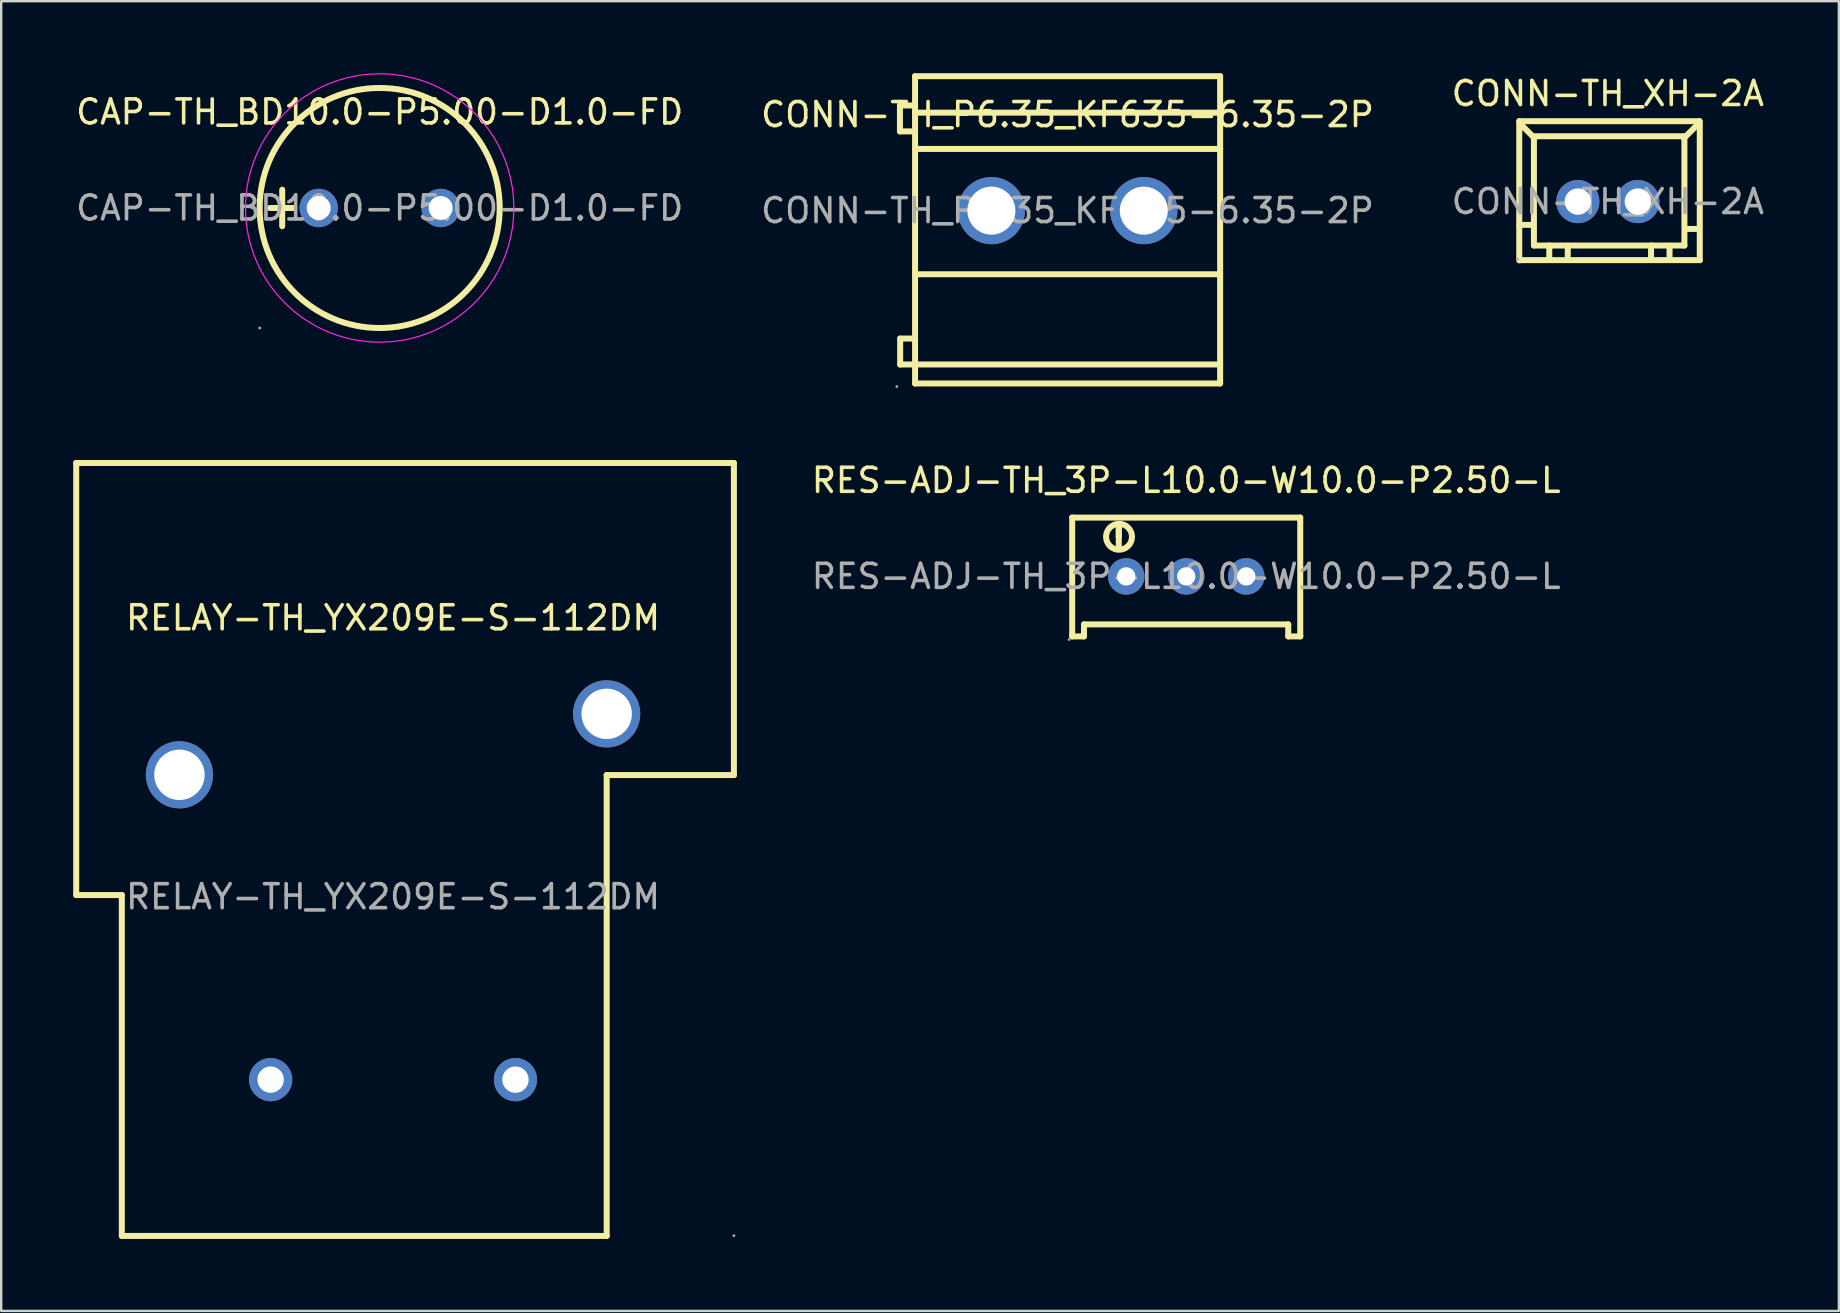
<source format=kicad_pcb>
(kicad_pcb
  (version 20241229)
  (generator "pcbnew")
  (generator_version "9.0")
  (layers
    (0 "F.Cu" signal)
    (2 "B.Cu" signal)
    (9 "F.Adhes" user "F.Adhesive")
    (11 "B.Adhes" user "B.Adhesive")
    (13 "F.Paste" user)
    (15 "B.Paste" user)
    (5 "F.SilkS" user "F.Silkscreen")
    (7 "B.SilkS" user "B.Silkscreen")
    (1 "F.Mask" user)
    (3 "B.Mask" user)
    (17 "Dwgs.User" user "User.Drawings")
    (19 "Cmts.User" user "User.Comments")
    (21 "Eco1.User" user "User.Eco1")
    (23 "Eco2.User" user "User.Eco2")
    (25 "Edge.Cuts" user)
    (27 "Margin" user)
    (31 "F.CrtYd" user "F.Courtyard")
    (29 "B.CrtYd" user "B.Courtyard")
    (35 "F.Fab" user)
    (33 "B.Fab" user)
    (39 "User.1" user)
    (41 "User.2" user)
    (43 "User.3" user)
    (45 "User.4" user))
  (footprint "CONN-TH_P6.35_KF635-6.35-2P"
    (layer "F.Cu")
    (at 41.423 5.725)
    (property "Reference" "CONN-TH_P6.35_KF635-6.35-2P" (at 0 -4 0) (layer "F.SilkS") (effects (font (size 1 1) (thickness 0.15))))
    (attr through_hole)
    (fp_line (start -6.98 -4.38) (end -6.98 -3.3) (stroke (width 0.25) (type solid)) (layer "F.SilkS"))
    (fp_line (start -6.98 -3.3) (end -6.35 -3.3) (stroke (width 0.25) (type solid)) (layer "F.SilkS"))
    (fp_line (start -6.97 5.33) (end -6.97 6.41) (stroke (width 0.25) (type solid)) (layer "F.SilkS"))
    (fp_line (start -6.97 6.41) (end -6.35 6.41) (stroke (width 0.25) (type solid)) (layer "F.SilkS"))
    (fp_line (start -6.35 -5.6) (end -6.35 7.2) (stroke (width 0.25) (type solid)) (layer "F.SilkS"))
    (fp_line (start -6.35 -5.6) (end 6.36 -5.6) (stroke (width 0.25) (type solid)) (layer "F.SilkS"))
    (fp_line (start -6.35 -4.38) (end -6.98 -4.38) (stroke (width 0.25) (type solid)) (layer "F.SilkS"))
    (fp_line (start -6.35 -4.08) (end 6.36 -4.08) (stroke (width 0.25) (type solid)) (layer "F.SilkS"))
    (fp_line (start -6.35 -2.57) (end 6.36 -2.57) (stroke (width 0.25) (type solid)) (layer "F.SilkS"))
    (fp_line (start -6.35 2.65) (end 6.36 2.65) (stroke (width 0.25) (type solid)) (layer "F.SilkS"))
    (fp_line (start -6.35 5.33) (end -6.97 5.33) (stroke (width 0.25) (type solid)) (layer "F.SilkS"))
    (fp_line (start -6.35 6.41) (end 6.36 6.41) (stroke (width 0.25) (type solid)) (layer "F.SilkS"))
    (fp_line (start -6.35 7.2) (end 6.36 7.2) (stroke (width 0.25) (type solid)) (layer "F.SilkS"))
    (fp_line (start 6.36 -5.6) (end 6.36 7.2) (stroke (width 0.25) (type solid)) (layer "F.SilkS"))
    (fp_circle (center -7.11 7.33) (end -7.08 7.33) (stroke (width 0.06) (type solid)) (fill no) (layer "F.Fab"))
    (fp_circle (center -3.17 0) (end -2.72 0) (stroke (width 0.9) (type solid)) (fill no) (layer "F.Fab"))
    (fp_circle (center 3.18 0) (end 3.63 0) (stroke (width 0.9) (type solid)) (fill no) (layer "F.Fab"))
    (fp_text user "${REFERENCE}" (at 0 0 0) (layer "F.Fab") (effects (font (size 1 1) (thickness 0.15))))
    (pad "1" thru_hole circle (at -3.17 0) (size 2.8 2.8) (drill 2) (layers "*.Cu" "*.Mask"))
    (pad "2" thru_hole circle (at 3.18 0) (size 2.8 2.8) (drill 2) (layers "*.Cu" "*.Mask")))
  (footprint "RES-ADJ-TH_3P-L10.0-W10.0-P2.50-L"
    (layer "F.Cu")
    (at 46.37 20.963)
    (property "Reference" "RES-ADJ-TH_3P-L10.0-W10.0-P2.50-L" (at 0 -4 180) (layer "F.SilkS") (effects (font (size 1 1) (thickness 0.15))))
    (attr through_hole)
    (fp_line (start -4.75 -2.45) (end -4.75 2.45) (stroke (width 0.25) (type solid)) (layer "F.SilkS"))
    (fp_line (start -4.75 -2.45) (end 4.75 -2.45) (stroke (width 0.25) (type solid)) (layer "F.SilkS"))
    (fp_line (start -4.75 2.45) (end -4.75 2.5) (stroke (width 0.25) (type solid)) (layer "F.SilkS"))
    (fp_line (start -4.75 2.5) (end -4.26 2.5) (stroke (width 0.25) (type solid)) (layer "F.SilkS"))
    (fp_line (start -4.26 2) (end 4.25 2) (stroke (width 0.25) (type solid)) (layer "F.SilkS"))
    (fp_line (start -4.26 2.5) (end -4.26 2) (stroke (width 0.25) (type solid)) (layer "F.SilkS"))
    (fp_line (start -2.81 -2.03) (end -2.81 -1.65) (stroke (width 0.25) (type solid)) (layer "F.SilkS"))
    (fp_line (start -2.81 -1.65) (end -2.81 -2.03) (stroke (width 0.25) (type solid)) (layer "F.SilkS"))
    (fp_line (start -2.81 -1.27) (end -2.81 -1.65) (stroke (width 0.25) (type solid)) (layer "F.SilkS"))
    (fp_line (start 4.25 2) (end 4.25 2.5) (stroke (width 0.25) (type solid)) (layer "F.SilkS"))
    (fp_line (start 4.25 2.5) (end 4.75 2.5) (stroke (width 0.25) (type solid)) (layer "F.SilkS"))
    (fp_line (start 4.75 2.45) (end 4.75 -2.45) (stroke (width 0.25) (type solid)) (layer "F.SilkS"))
    (fp_line (start 4.75 2.5) (end 4.75 2.45) (stroke (width 0.25) (type solid)) (layer "F.SilkS"))
    (fp_arc (start -2.8 -2.19) (mid -2.795049 -1.110023) (end -2.80999 -2.189908) (stroke (width 0.25) (type solid)) (layer "F.SilkS"))
    (fp_circle (center -4.88 2.63) (end -4.85 2.63) (stroke (width 0.06) (type solid)) (fill no) (layer "F.Fab"))
    (fp_circle (center -2.5 0) (end -2.36 0) (stroke (width 0.28) (type solid)) (fill no) (layer "F.Fab"))
    (fp_circle (center 0 0) (end 0.14 0) (stroke (width 0.28) (type solid)) (fill no) (layer "F.Fab"))
    (fp_circle (center 2.5 0) (end 2.64 0) (stroke (width 0.28) (type solid)) (fill no) (layer "F.Fab"))
    (fp_text user "${REFERENCE}" (at 0 0 180) (layer "F.Fab") (effects (font (size 1 1) (thickness 0.15))))
    (pad "1" thru_hole circle (at -2.5 0) (size 1.52 1.52) (drill 0.762) (layers "*.Cu" "*.Mask"))
    (pad "2" thru_hole circle (at 0 0) (size 1.52 1.52) (drill 0.762) (layers "*.Cu" "*.Mask"))
    (pad "3" thru_hole circle (at 2.5 0) (size 1.52 1.52) (drill 0.762) (layers "*.Cu" "*.Mask")))
  (footprint "CONN-TH_XH-2A"
    (layer "F.Cu")
    (at 63.935 5.348)
    (property "Reference" "CONN-TH_XH-2A" (at 0 -4.5 180) (layer "F.SilkS") (effects (font (size 1 1) (thickness 0.15))))
    (attr through_hole)
    (fp_line (start -3.69 -3.35) (end -3.69 2.45) (stroke (width 0.25) (type solid)) (layer "F.SilkS"))
    (fp_line (start -3.69 -3.35) (end 3.81 -3.35) (stroke (width 0.25) (type solid)) (layer "F.SilkS"))
    (fp_line (start -3.69 0.97) (end -3.1 0.97) (stroke (width 0.25) (type solid)) (layer "F.SilkS"))
    (fp_line (start -3.67 2.44) (end 3.83 2.44) (stroke (width 0.25) (type solid)) (layer "F.SilkS"))
    (fp_line (start -3.66 -3.33) (end -3.66 -3.25) (stroke (width 0.25) (type solid)) (layer "F.SilkS"))
    (fp_line (start -3.66 -3.25) (end -3.05 -2.64) (stroke (width 0.25) (type solid)) (layer "F.SilkS"))
    (fp_line (start -3.08 -2.72) (end 3.19 -2.72) (stroke (width 0.25) (type solid)) (layer "F.SilkS"))
    (fp_line (start -3.08 -2.69) (end -3.05 -2.69) (stroke (width 0.25) (type solid)) (layer "F.SilkS"))
    (fp_line (start -3.08 1.83) (end -3.08 -2.69) (stroke (width 0.25) (type solid)) (layer "F.SilkS"))
    (fp_line (start -2.44 2.41) (end -2.44 1.83) (stroke (width 0.25) (type solid)) (layer "F.SilkS"))
    (fp_line (start -1.67 2.43) (end -1.67 1.84) (stroke (width 0.25) (type solid)) (layer "F.SilkS"))
    (fp_line (start 1.8 2.41) (end 1.8 1.83) (stroke (width 0.25) (type solid)) (layer "F.SilkS"))
    (fp_line (start 2.57 2.43) (end 2.57 1.84) (stroke (width 0.25) (type solid)) (layer "F.SilkS"))
    (fp_line (start 3.19 -2.72) (end 3.19 1.83) (stroke (width 0.25) (type solid)) (layer "F.SilkS"))
    (fp_line (start 3.19 1.83) (end -3.08 1.83) (stroke (width 0.25) (type solid)) (layer "F.SilkS"))
    (fp_line (start 3.22 1.14) (end 3.8 1.14) (stroke (width 0.25) (type solid)) (layer "F.SilkS"))
    (fp_line (start 3.78 -3.33) (end 3.78 -3.25) (stroke (width 0.25) (type solid)) (layer "F.SilkS"))
    (fp_line (start 3.78 -3.25) (end 3.17 -2.64) (stroke (width 0.25) (type solid)) (layer "F.SilkS"))
    (fp_line (start 3.83 -3.35) (end 3.83 2.44) (stroke (width 0.25) (type solid)) (layer "F.SilkS"))
    (fp_circle (center -3.75 2.4) (end -3.72 2.4) (stroke (width 0.06) (type solid)) (fill no) (layer "F.Fab"))
    (fp_text user "${REFERENCE}" (at 0 0 180) (layer "F.Fab") (effects (font (size 1 1) (thickness 0.15))))
    (pad "1" thru_hole circle (at -1.25 0) (size 1.8 1.8) (drill 1.1) (layers "*.Cu" "*.Mask"))
    (pad "2" thru_hole circle (at 1.25 0) (size 1.8 1.8) (drill 1.1) (layers "*.Cu" "*.Mask")))
  (footprint "CAP-TH_BD10.0-P5.00-D1.0-FD"
    (layer "F.Cu")
    (at 12.768 5.615)
    (property "Reference" "CAP-TH_BD10.0-P5.00-D1.0-FD" (at 0 -4 0) (layer "F.SilkS") (effects (font (size 1 1) (thickness 0.15))))
    (attr through_hole)
    (fp_line (start -4.57 0) (end -3.56 0) (stroke (width 0.25) (type solid)) (layer "F.SilkS"))
    (fp_line (start -4.06 -0.76) (end -4.06 0.76) (stroke (width 0.25) (type solid)) (layer "F.SilkS"))
    (fp_circle (center 0 0) (end 5 0) (stroke (width 0.25) (type solid)) (fill no) (layer "F.SilkS"))
    (fp_circle (center 0 0) (end 5 2.5) (stroke (width 0.05) (type default)) (fill no) (layer "F.CrtYd"))
    (fp_circle (center -5 5) (end -4.97 5) (stroke (width 0.06) (type solid)) (fill no) (layer "F.Fab"))
    (fp_circle (center -2.54 0) (end -2.39 0) (stroke (width 0.3) (type solid)) (fill no) (layer "F.Fab"))
    (fp_circle (center 2.54 0) (end 2.69 0) (stroke (width 0.3) (type solid)) (fill no) (layer "F.Fab"))
    (fp_text user "${REFERENCE}" (at 0 0 0) (layer "F.Fab") (effects (font (size 1 1) (thickness 0.15))))
    (pad "1" thru_hole circle (at -2.54 0) (size 1.6 1.6) (drill 1) (layers "*.Cu" "*.Mask"))
    (pad "2" thru_hole circle (at 2.54 0) (size 1.6 1.6) (drill 1) (layers "*.Cu" "*.Mask")))
  (footprint "RELAY-TH_YX209E-S-112DM"
    (layer "F.Cu")
    (at 13.325 34.31)
    (property "Reference" "RELAY-TH_YX209E-S-112DM" (at 0 -11.62 180) (layer "F.SilkS") (effects (font (size 1 1) (thickness 0.15))))
    (attr through_hole)
    (fp_line (start -13.2 -18.07) (end -13.2 -0.07) (stroke (width 0.25) (type solid)) (layer "F.SilkS"))
    (fp_line (start -13.2 -0.07) (end -11.3 -0.07) (stroke (width 0.25) (type solid)) (layer "F.SilkS"))
    (fp_line (start -11.3 -0.07) (end -11.3 14.13) (stroke (width 0.25) (type solid)) (layer "F.SilkS"))
    (fp_line (start -11.3 14.13) (end 8.9 14.13) (stroke (width 0.25) (type solid)) (layer "F.SilkS"))
    (fp_line (start 8.9 -5.07) (end 14.2 -5.07) (stroke (width 0.25) (type solid)) (layer "F.SilkS"))
    (fp_line (start 8.9 14.13) (end 8.9 -5.07) (stroke (width 0.25) (type solid)) (layer "F.SilkS"))
    (fp_line (start 14.2 -18.07) (end -13.2 -18.07) (stroke (width 0.25) (type solid)) (layer "F.SilkS"))
    (fp_line (start 14.2 -5.07) (end 14.2 -18.07) (stroke (width 0.25) (type solid)) (layer "F.SilkS"))
    (fp_circle (center 14.2 14.12) (end 14.23 14.12) (stroke (width 0.06) (type solid)) (fill no) (layer "F.Fab"))
    (fp_text user "${REFERENCE}" (at 0 0 180) (layer "F.Fab") (effects (font (size 1 1) (thickness 0.15))))
    (pad "1" thru_hole circle (at 5.1 7.62) (size 1.8 1.8) (drill 1.1) (layers "*.Cu" "*.Mask"))
    (pad "3" thru_hole circle (at 8.9 -7.62) (size 2.8 2.8) (drill 2.1) (layers "*.Cu" "*.Mask"))
    (pad "4" thru_hole circle (at -8.9 -5.08) (size 2.8 2.8) (drill 2.1) (layers "*.Cu" "*.Mask"))
    (pad "5" thru_hole circle (at -5.1 7.62) (size 1.8 1.8) (drill 1.1) (layers "*.Cu" "*.Mask")))
  (gr_rect
    (start -3 -3)
    (end 73.56 51.565)
    (stroke (width 0.1) (type default))
    (fill no)
    (layer "Edge.Cuts")))
</source>
